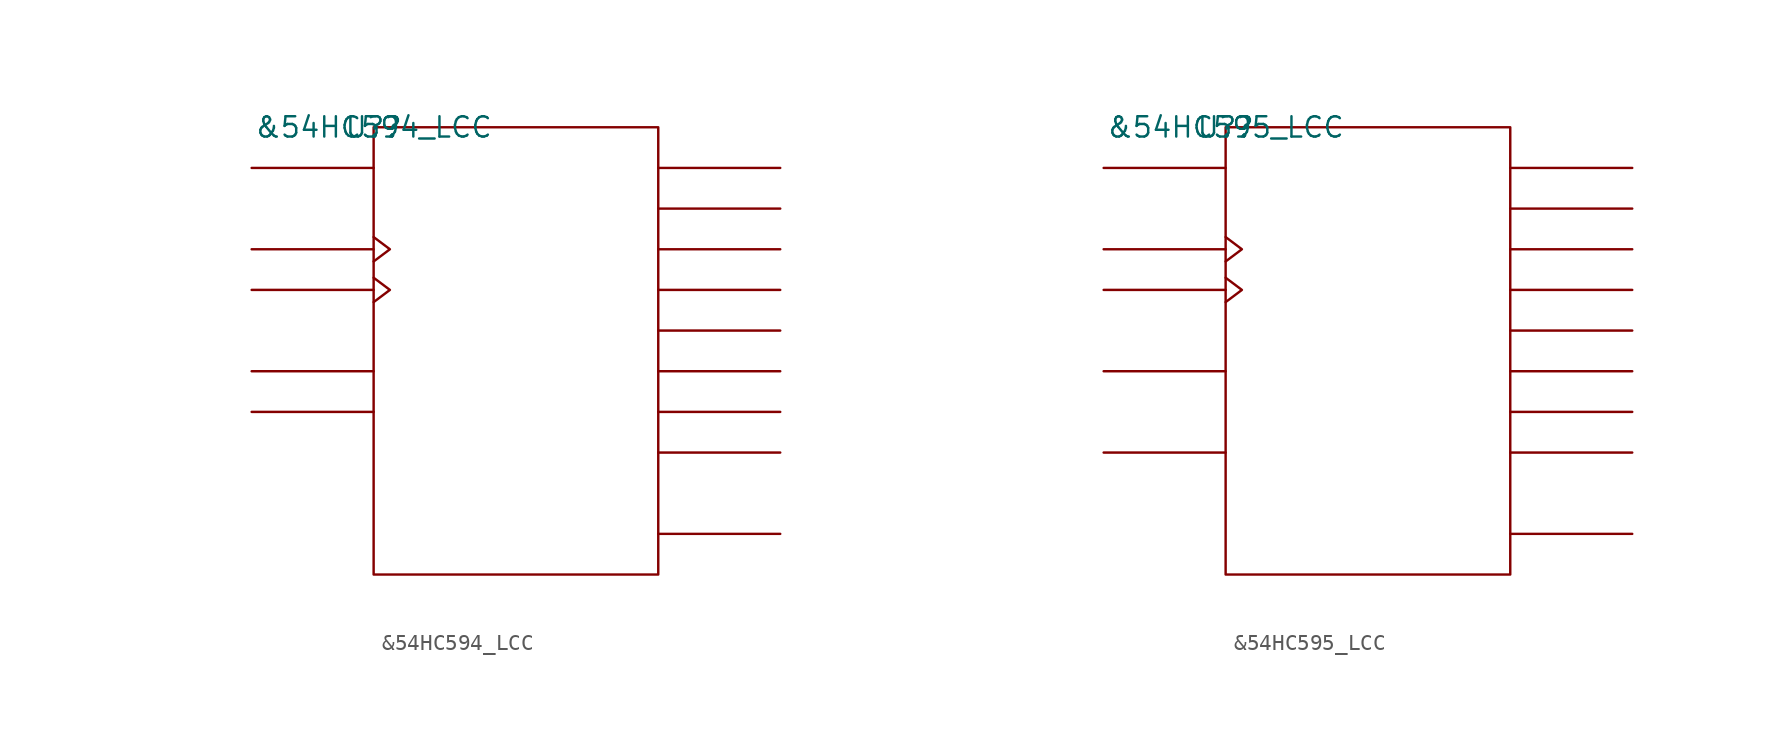
<source format=kicad_sym>
(kicad_symbol_lib
  (version 20211014)
  (generator kicad_symbol_editor)
  (symbol "&54HC594_LCC"
    (pin_names
      (offset 0.762))
    (property "Reference" "U?"
      (at 0 0 0)
      (effects (font (size 1.27 1.27))))
    (property "Value" "&54HC594_LCC"
      (at 0 0 0)
      (effects (font (size 1.27 1.27))))
    (symbol "&54HC594_LCC_0_1"
      (rectangle (start 0 -27.94) (end 17.78 0) (stroke (width 0) (type default) (color 0 0 0 0)) (fill (type none)))
      (polyline (pts (xy 0 -17.78) (xy -7.62 -17.78)) (stroke (width 0) (type default) (color 0 0 0 0)) (fill (type none)))
      (polyline (pts (xy 0 -15.24) (xy -7.62 -15.24)) (stroke (width 0) (type default) (color 0 0 0 0)) (fill (type none)))
      (polyline (pts (xy 0 -10.16) (xy -7.62 -10.16)) (stroke (width 0) (type default) (color 0 0 0 0)) (fill (type none)))
      (polyline (pts (xy 0 -7.62) (xy -7.62 -7.62)) (stroke (width 0) (type default) (color 0 0 0 0)) (fill (type none)))
      (polyline (pts (xy 0 -2.54) (xy -7.62 -2.54)) (stroke (width 0) (type default) (color 0 0 0 0)) (fill (type none)))
      (polyline (pts (xy 17.78 -25.4) (xy 25.4 -25.4)) (stroke (width 0) (type default) (color 0 0 0 0)) (fill (type none)))
      (polyline (pts (xy 17.78 -20.32) (xy 25.4 -20.32)) (stroke (width 0) (type default) (color 0 0 0 0)) (fill (type none)))
      (polyline (pts (xy 17.78 -17.78) (xy 25.4 -17.78)) (stroke (width 0) (type default) (color 0 0 0 0)) (fill (type none)))
      (polyline (pts (xy 17.78 -15.24) (xy 25.4 -15.24)) (stroke (width 0) (type default) (color 0 0 0 0)) (fill (type none)))
      (polyline (pts (xy 17.78 -12.7) (xy 25.4 -12.7)) (stroke (width 0) (type default) (color 0 0 0 0)) (fill (type none)))
      (polyline (pts (xy 17.78 -10.16) (xy 25.4 -10.16)) (stroke (width 0) (type default) (color 0 0 0 0)) (fill (type none)))
      (polyline (pts (xy 17.78 -7.62) (xy 25.4 -7.62)) (stroke (width 0) (type default) (color 0 0 0 0)) (fill (type none)))
      (polyline (pts (xy 17.78 -5.08) (xy 25.4 -5.08)) (stroke (width 0) (type default) (color 0 0 0 0)) (fill (type none)))
      (polyline (pts (xy 17.78 -2.54) (xy 25.4 -2.54)) (stroke (width 0) (type default) (color 0 0 0 0)) (fill (type none)))
      (polyline (pts (xy 0 -9.398) (xy 1.016 -10.16) (xy 0 -10.922)) (stroke (width 0) (type default) (color 0 0 0 0)) (fill (type none)))
      (polyline (pts (xy 0 -6.858) (xy 1.016 -7.62) (xy 0 -8.382)) (stroke (width 0) (type default) (color 0 0 0 0)) (fill (type none))))
    (symbol "&54HC594_LCC_1_1"
      (pin power_in line (at 10.16 -27.94 0) (length 7.62) hide (name "GND" (effects (font (size 1.245 1.245)))) (number "10" (effects (font (size 1.245 1.245)))))
      (pin unspecified line (at 25.4 -25.4 180) (length 7.62) hide (name "QH'" (effects (font (size 1.245 1.245)))) (number "12" (effects (font (size 1.245 1.245)))))
      (pin unspecified line (at -7.62 -15.24 0) (length 7.62) hide (name "S\\R\\C\\L\\R\\" (effects (font (size 1.245 1.245)))) (number "13" (effects (font (size 1.245 1.245)))))
      (pin unspecified line (at -7.62 -7.62 180) (length 7.62) hide (name "SRCLK" (effects (font (size 1.245 1.245)))) (number "14" (effects (font (size 1.245 1.245)))))
      (pin unspecified line (at -7.62 -10.16 180) (length 7.62) hide (name "RCLK" (effects (font (size 1.245 1.245)))) (number "15" (effects (font (size 1.245 1.245)))))
      (pin unspecified line (at -7.62 -17.78 0) (length 7.62) hide (name "R\\C\\L\\R\\" (effects (font (size 1.245 1.245)))) (number "17" (effects (font (size 1.245 1.245)))))
      (pin unspecified line (at -7.62 -2.54 0) (length 7.62) hide (name "SDI" (effects (font (size 1.245 1.245)))) (number "18" (effects (font (size 1.245 1.245)))))
      (pin unspecified line (at 25.4 -2.54 180) (length 7.62) hide (name "QA" (effects (font (size 1.245 1.245)))) (number "19" (effects (font (size 1.245 1.245)))))
      (pin unspecified line (at 25.4 -5.08 180) (length 7.62) hide (name "QB" (effects (font (size 1.245 1.245)))) (number "2" (effects (font (size 1.245 1.245)))))
      (pin power_in line (at 10.16 0 0) (length 7.62) hide (name "VCC" (effects (font (size 1.245 1.245)))) (number "20" (effects (font (size 1.245 1.245)))))
      (pin unspecified line (at 25.4 -7.62 180) (length 7.62) hide (name "QC" (effects (font (size 1.245 1.245)))) (number "3" (effects (font (size 1.245 1.245)))))
      (pin unspecified line (at 25.4 -10.16 180) (length 7.62) hide (name "QD" (effects (font (size 1.245 1.245)))) (number "4" (effects (font (size 1.245 1.245)))))
      (pin unspecified line (at 25.4 -12.7 180) (length 7.62) hide (name "QE" (effects (font (size 1.245 1.245)))) (number "5" (effects (font (size 1.245 1.245)))))
      (pin unspecified line (at 25.4 -15.24 180) (length 7.62) hide (name "QF" (effects (font (size 1.245 1.245)))) (number "7" (effects (font (size 1.245 1.245)))))
      (pin unspecified line (at 25.4 -17.78 180) (length 7.62) hide (name "QG" (effects (font (size 1.245 1.245)))) (number "8" (effects (font (size 1.245 1.245)))))
      (pin unspecified line (at 25.4 -20.32 180) (length 7.62) hide (name "QH" (effects (font (size 1.245 1.245)))) (number "9" (effects (font (size 1.245 1.245)))))))
  (symbol "&54HC595_LCC"
    (pin_names
      (offset 0.762))
    (property "Reference" "U?"
      (at 0 0 0)
      (effects (font (size 1.27 1.27))))
    (property "Value" "&54HC595_LCC"
      (at 0 0 0)
      (effects (font (size 1.27 1.27))))
    (symbol "&54HC595_LCC_0_1"
      (rectangle (start 0 -27.94) (end 17.78 0) (stroke (width 0) (type default) (color 0 0 0 0)) (fill (type none)))
      (polyline (pts (xy 0 -20.32) (xy -7.62 -20.32)) (stroke (width 0) (type default) (color 0 0 0 0)) (fill (type none)))
      (polyline (pts (xy 0 -15.24) (xy -7.62 -15.24)) (stroke (width 0) (type default) (color 0 0 0 0)) (fill (type none)))
      (polyline (pts (xy 0 -10.16) (xy -7.62 -10.16)) (stroke (width 0) (type default) (color 0 0 0 0)) (fill (type none)))
      (polyline (pts (xy 0 -7.62) (xy -7.62 -7.62)) (stroke (width 0) (type default) (color 0 0 0 0)) (fill (type none)))
      (polyline (pts (xy 0 -2.54) (xy -7.62 -2.54)) (stroke (width 0) (type default) (color 0 0 0 0)) (fill (type none)))
      (polyline (pts (xy 17.78 -25.4) (xy 25.4 -25.4)) (stroke (width 0) (type default) (color 0 0 0 0)) (fill (type none)))
      (polyline (pts (xy 17.78 -20.32) (xy 25.4 -20.32)) (stroke (width 0) (type default) (color 0 0 0 0)) (fill (type none)))
      (polyline (pts (xy 17.78 -17.78) (xy 25.4 -17.78)) (stroke (width 0) (type default) (color 0 0 0 0)) (fill (type none)))
      (polyline (pts (xy 17.78 -15.24) (xy 25.4 -15.24)) (stroke (width 0) (type default) (color 0 0 0 0)) (fill (type none)))
      (polyline (pts (xy 17.78 -12.7) (xy 25.4 -12.7)) (stroke (width 0) (type default) (color 0 0 0 0)) (fill (type none)))
      (polyline (pts (xy 17.78 -10.16) (xy 25.4 -10.16)) (stroke (width 0) (type default) (color 0 0 0 0)) (fill (type none)))
      (polyline (pts (xy 17.78 -7.62) (xy 25.4 -7.62)) (stroke (width 0) (type default) (color 0 0 0 0)) (fill (type none)))
      (polyline (pts (xy 17.78 -5.08) (xy 25.4 -5.08)) (stroke (width 0) (type default) (color 0 0 0 0)) (fill (type none)))
      (polyline (pts (xy 17.78 -2.54) (xy 25.4 -2.54)) (stroke (width 0) (type default) (color 0 0 0 0)) (fill (type none)))
      (polyline (pts (xy 0 -9.398) (xy 1.016 -10.16) (xy 0 -10.922)) (stroke (width 0) (type default) (color 0 0 0 0)) (fill (type none)))
      (polyline (pts (xy 0 -6.858) (xy 1.016 -7.62) (xy 0 -8.382)) (stroke (width 0) (type default) (color 0 0 0 0)) (fill (type none))))
    (symbol "&54HC595_LCC_1_1"
      (pin power_in line (at 7.62 -27.94 0) (length 7.62) hide (name "GND" (effects (font (size 1.245 1.245)))) (number "10" (effects (font (size 1.245 1.245)))))
      (pin unspecified line (at 25.4 -25.4 180) (length 7.62) hide (name "QH" (effects (font (size 1.245 1.245)))) (number "12" (effects (font (size 1.245 1.245)))))
      (pin unspecified line (at -7.62 -15.24 0) (length 7.62) hide (name "S\\R\\C\\L\\R\\" (effects (font (size 1.245 1.245)))) (number "13" (effects (font (size 1.245 1.245)))))
      (pin unspecified line (at -7.62 -7.62 180) (length 7.62) hide (name "SRCLK" (effects (font (size 1.245 1.245)))) (number "14" (effects (font (size 1.245 1.245)))))
      (pin unspecified line (at -7.62 -10.16 180) (length 7.62) hide (name "RCLK" (effects (font (size 1.245 1.245)))) (number "15" (effects (font (size 1.245 1.245)))))
      (pin unspecified line (at -7.62 -20.32 0) (length 7.62) hide (name "O\\E\\" (effects (font (size 1.245 1.245)))) (number "17" (effects (font (size 1.245 1.245)))))
      (pin unspecified line (at -7.62 -2.54 0) (length 7.62) hide (name "SDI" (effects (font (size 1.245 1.245)))) (number "18" (effects (font (size 1.245 1.245)))))
      (pin unspecified line (at 25.4 -2.54 180) (length 7.62) hide (name "QA" (effects (font (size 1.245 1.245)))) (number "19" (effects (font (size 1.245 1.245)))))
      (pin unspecified line (at 25.4 -5.08 180) (length 7.62) hide (name "QB" (effects (font (size 1.245 1.245)))) (number "2" (effects (font (size 1.245 1.245)))))
      (pin power_in line (at 10.16 0 0) (length 7.62) hide (name "VCC" (effects (font (size 1.245 1.245)))) (number "20" (effects (font (size 1.245 1.245)))))
      (pin unspecified line (at 25.4 -7.62 180) (length 7.62) hide (name "QC" (effects (font (size 1.245 1.245)))) (number "3" (effects (font (size 1.245 1.245)))))
      (pin unspecified line (at 25.4 -10.16 180) (length 7.62) hide (name "QD" (effects (font (size 1.245 1.245)))) (number "4" (effects (font (size 1.245 1.245)))))
      (pin unspecified line (at 25.4 -12.7 180) (length 7.62) hide (name "QE" (effects (font (size 1.245 1.245)))) (number "5" (effects (font (size 1.245 1.245)))))
      (pin unspecified line (at 25.4 -15.24 180) (length 7.62) hide (name "QF" (effects (font (size 1.245 1.245)))) (number "7" (effects (font (size 1.245 1.245)))))
      (pin unspecified line (at 25.4 -17.78 180) (length 7.62) hide (name "QG" (effects (font (size 1.245 1.245)))) (number "8" (effects (font (size 1.245 1.245)))))
      (pin unspecified line (at 25.4 -20.32 180) (length 7.62) hide (name "QH" (effects (font (size 1.245 1.245)))) (number "9" (effects (font (size 1.245 1.245))))))))
</source>
